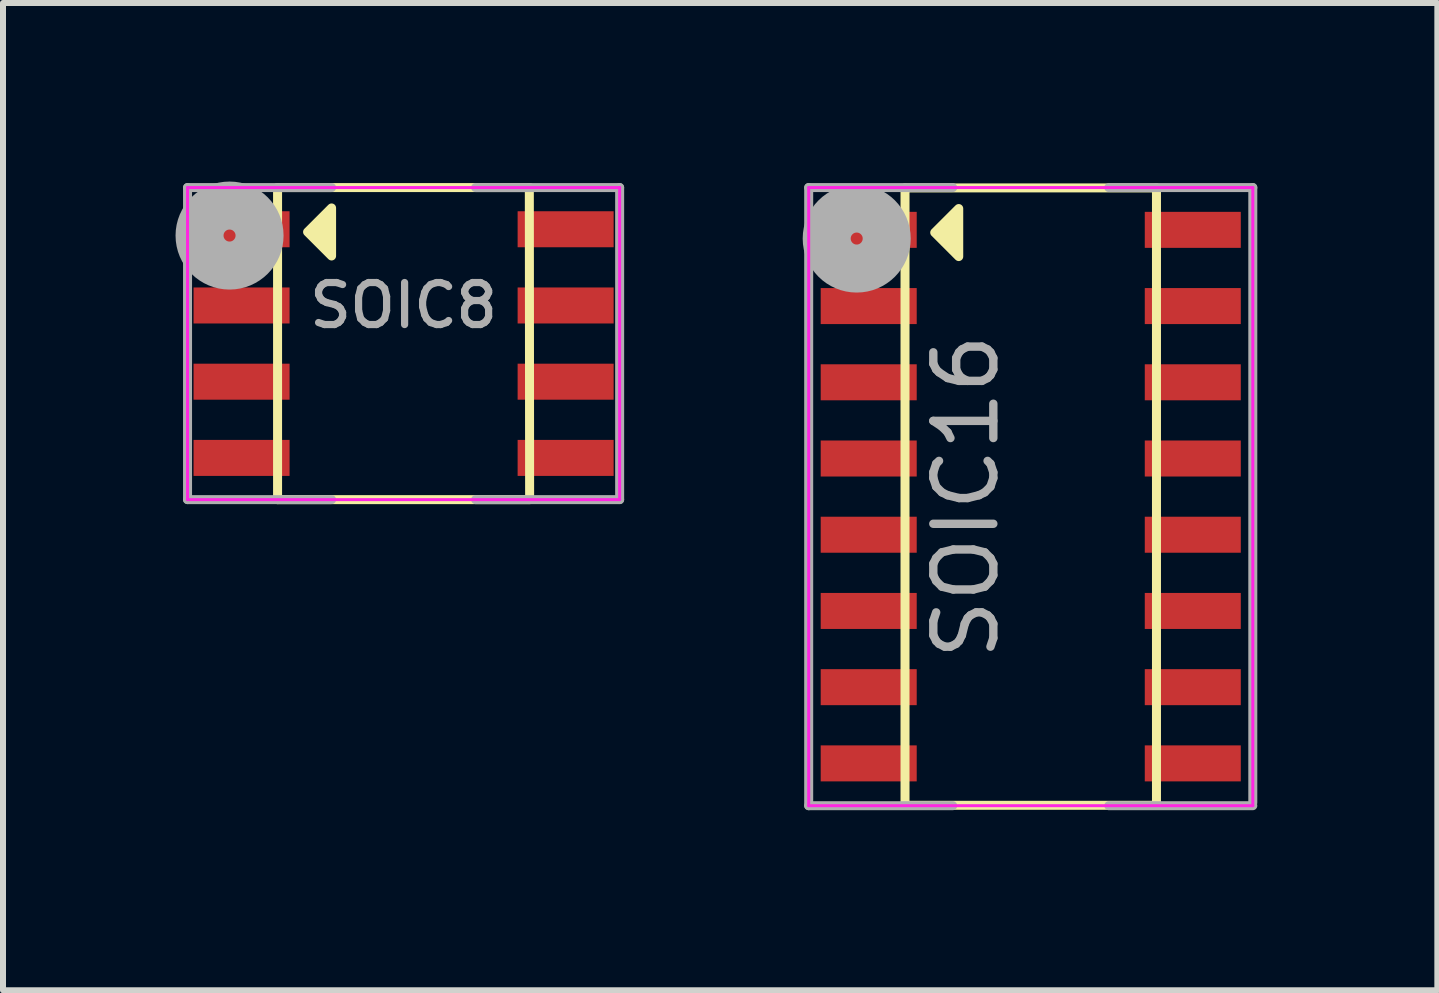
<source format=kicad_pcb>
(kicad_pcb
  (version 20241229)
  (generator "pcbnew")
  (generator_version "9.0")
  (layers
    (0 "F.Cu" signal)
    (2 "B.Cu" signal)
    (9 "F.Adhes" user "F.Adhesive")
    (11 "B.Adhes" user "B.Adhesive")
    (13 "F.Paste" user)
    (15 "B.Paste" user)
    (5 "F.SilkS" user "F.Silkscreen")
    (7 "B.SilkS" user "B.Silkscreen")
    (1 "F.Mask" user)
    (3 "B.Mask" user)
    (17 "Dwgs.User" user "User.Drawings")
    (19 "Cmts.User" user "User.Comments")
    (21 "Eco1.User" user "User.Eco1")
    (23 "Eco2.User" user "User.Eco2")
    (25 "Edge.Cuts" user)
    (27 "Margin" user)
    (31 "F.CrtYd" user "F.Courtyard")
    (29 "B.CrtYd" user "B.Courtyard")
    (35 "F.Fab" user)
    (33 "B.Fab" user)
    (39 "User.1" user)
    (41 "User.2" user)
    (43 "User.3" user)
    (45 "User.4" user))
  (footprint "SOIC16"
    (layer "F.Cu")
    (at 14.125 5.225)
    (property "Reference" "SOIC16" (at -1.079 0 90) (layer "F.Fab") (effects (font (size 1 1) (thickness 0.14))))
    (attr smd)
    (fp_line (start -2.095 -5.144) (end 2.095 -5.144) (stroke (width 0.15) (type solid)) (layer "F.SilkS"))
    (fp_line (start -2.095 5.144) (end -2.095 -5.144) (stroke (width 0.15) (type solid)) (layer "F.SilkS"))
    (fp_line (start -2.095 5.144) (end 2.095 5.144) (stroke (width 0.15) (type solid)) (layer "F.SilkS"))
    (fp_line (start 2.095 5.144) (end 2.095 -5.144) (stroke (width 0.15) (type solid)) (layer "F.SilkS"))
    (fp_poly (pts (xy -1.2 -4) (xy -1.6 -4.4) (xy -1.2 -4.8)) (stroke (width 0.15) (type solid)) (fill yes) (layer "F.SilkS"))
    (fp_line (start -3.7 -5.15) (end -3.7 5.15) (stroke (width 0.05) (type solid)) (layer "F.CrtYd"))
    (fp_line (start -3.7 5.15) (end 3.7 5.15) (stroke (width 0.05) (type solid)) (layer "F.CrtYd"))
    (fp_line (start 3.7 -5.15) (end -3.7 -5.15) (stroke (width 0.05) (type solid)) (layer "F.CrtYd"))
    (fp_line (start 3.7 5.15) (end 3.7 -5.15) (stroke (width 0.05) (type solid)) (layer "F.CrtYd"))
    (fp_line (start -3.7 -5.15) (end -3.7 5.15) (stroke (width 0.15) (type solid)) (layer "F.Fab"))
    (fp_line (start -3.7 5.15) (end -1.3 5.15) (stroke (width 0.15) (type solid)) (layer "F.Fab"))
    (fp_line (start -1.3 -5.15) (end -3.7 -5.15) (stroke (width 0.15) (type solid)) (layer "F.Fab"))
    (fp_line (start 1.3 5.15) (end 3.7 5.15) (stroke (width 0.15) (type solid)) (layer "F.Fab"))
    (fp_line (start 3.7 -5.15) (end 1.3 -5.15) (stroke (width 0.15) (type solid)) (layer "F.Fab"))
    (fp_line (start 3.7 5.1) (end 3.7 -5.15) (stroke (width 0.15) (type solid)) (layer "F.Fab"))
    (fp_circle (center -2.9 -4.3) (end -2.9 -4.2) (stroke (width 0.8) (type solid)) (fill no) (layer "F.Fab"))
    (pad "1" smd rect (at -2.7 -4.445) (size 1.6 0.6) (layers "F.Cu" "F.Mask" "F.Paste"))
    (pad "2" smd rect (at -2.7 -3.175) (size 1.6 0.6) (layers "F.Cu" "F.Mask" "F.Paste"))
    (pad "3" smd rect (at -2.7 -1.905) (size 1.6 0.6) (layers "F.Cu" "F.Mask" "F.Paste"))
    (pad "4" smd rect (at -2.7 -0.635) (size 1.6 0.6) (layers "F.Cu" "F.Mask" "F.Paste"))
    (pad "5" smd rect (at -2.7 0.635) (size 1.6 0.6) (layers "F.Cu" "F.Mask" "F.Paste"))
    (pad "6" smd rect (at -2.7 1.905) (size 1.6 0.6) (layers "F.Cu" "F.Mask" "F.Paste"))
    (pad "7" smd rect (at -2.7 3.175) (size 1.6 0.6) (layers "F.Cu" "F.Mask" "F.Paste"))
    (pad "8" smd rect (at -2.7 4.445) (size 1.6 0.6) (layers "F.Cu" "F.Mask" "F.Paste"))
    (pad "9" smd rect (at 2.7 4.445) (size 1.6 0.6) (layers "F.Cu" "F.Mask" "F.Paste"))
    (pad "10" smd rect (at 2.7 3.175) (size 1.6 0.6) (layers "F.Cu" "F.Mask" "F.Paste"))
    (pad "11" smd rect (at 2.7 1.905) (size 1.6 0.6) (layers "F.Cu" "F.Mask" "F.Paste"))
    (pad "12" smd rect (at 2.7 0.635) (size 1.6 0.6) (layers "F.Cu" "F.Mask" "F.Paste"))
    (pad "13" smd rect (at 2.7 -0.635) (size 1.6 0.6) (layers "F.Cu" "F.Mask" "F.Paste"))
    (pad "14" smd rect (at 2.7 -1.905) (size 1.6 0.6) (layers "F.Cu" "F.Mask" "F.Paste"))
    (pad "15" smd rect (at 2.7 -3.175) (size 1.6 0.6) (layers "F.Cu" "F.Mask" "F.Paste"))
    (pad "16" smd rect (at 2.7 -4.445) (size 1.6 0.6) (layers "F.Cu" "F.Mask" "F.Paste")))
  (footprint "SOIC8"
    (layer "F.Cu")
    (at 3.675 2.675)
    (property "Reference" "SOIC8" (at 0 -0.635 180) (layer "F.Fab") (effects (font (size 0.7 0.7) (thickness 0.12))))
    (attr smd)
    (fp_line (start -2.1 -2.6) (end 2.1 -2.6) (stroke (width 0.15) (type solid)) (layer "F.SilkS"))
    (fp_line (start -2.1 2.6) (end -2.1 -2.6) (stroke (width 0.15) (type solid)) (layer "F.SilkS"))
    (fp_line (start -2.1 2.6) (end 2.1 2.6) (stroke (width 0.15) (type solid)) (layer "F.SilkS"))
    (fp_line (start 2.1 2.6) (end 2.095 -2.6) (stroke (width 0.15) (type solid)) (layer "F.SilkS"))
    (fp_poly (pts (xy -1.2 -1.46) (xy -1.6 -1.86) (xy -1.2 -2.26)) (stroke (width 0.15) (type solid)) (fill yes) (layer "F.SilkS"))
    (fp_line (start -3.6 -2.6) (end -3.6 2.6) (stroke (width 0.05) (type solid)) (layer "F.CrtYd"))
    (fp_line (start 3.6 -2.6) (end -3.6 -2.6) (stroke (width 0.05) (type solid)) (layer "F.CrtYd"))
    (fp_line (start 3.6 -2.6) (end 3.6 2.6) (stroke (width 0.05) (type solid)) (layer "F.CrtYd"))
    (fp_line (start 3.6 2.6) (end -3.6 2.6) (stroke (width 0.05) (type solid)) (layer "F.CrtYd"))
    (fp_line (start -3.6 -2.6) (end -3.6 2.6) (stroke (width 0.15) (type solid)) (layer "F.Fab"))
    (fp_line (start -1.2 -2.6) (end -3.6 -2.6) (stroke (width 0.15) (type solid)) (layer "F.Fab"))
    (fp_line (start -1.2 2.6) (end -3.6 2.6) (stroke (width 0.15) (type solid)) (layer "F.Fab"))
    (fp_line (start 3.6 -2.6) (end 1.2 -2.6) (stroke (width 0.15) (type solid)) (layer "F.Fab"))
    (fp_line (start 3.6 -2.6) (end 3.6 2.6) (stroke (width 0.15) (type solid)) (layer "F.Fab"))
    (fp_line (start 3.6 2.6) (end 1.2 2.6) (stroke (width 0.15) (type solid)) (layer "F.Fab"))
    (fp_circle (center -2.9 -1.8) (end -2.9 -1.7) (stroke (width 0.8) (type solid)) (fill no) (layer "F.Fab"))
    (pad "1" smd rect (at -2.7 -1.905) (size 1.6 0.6) (layers "F.Cu" "F.Mask" "F.Paste"))
    (pad "2" smd rect (at -2.7 -0.635) (size 1.6 0.6) (layers "F.Cu" "F.Mask" "F.Paste"))
    (pad "3" smd rect (at -2.7 0.635) (size 1.6 0.6) (layers "F.Cu" "F.Mask" "F.Paste"))
    (pad "4" smd rect (at -2.7 1.905) (size 1.6 0.6) (layers "F.Cu" "F.Mask" "F.Paste"))
    (pad "5" smd rect (at 2.7 1.905) (size 1.6 0.6) (layers "F.Cu" "F.Mask" "F.Paste"))
    (pad "6" smd rect (at 2.7 0.635) (size 1.6 0.6) (layers "F.Cu" "F.Mask" "F.Paste"))
    (pad "7" smd rect (at 2.7 -0.635) (size 1.6 0.6) (layers "F.Cu" "F.Mask" "F.Paste"))
    (pad "8" smd rect (at 2.7 -1.905) (size 1.6 0.6) (layers "F.Cu" "F.Mask" "F.Paste")))
  (gr_rect
    (start -3 -3)
    (end 20.9 13.45)
    (stroke (width 0.1) (type default))
    (fill no)
    (layer "Edge.Cuts")))
</source>
